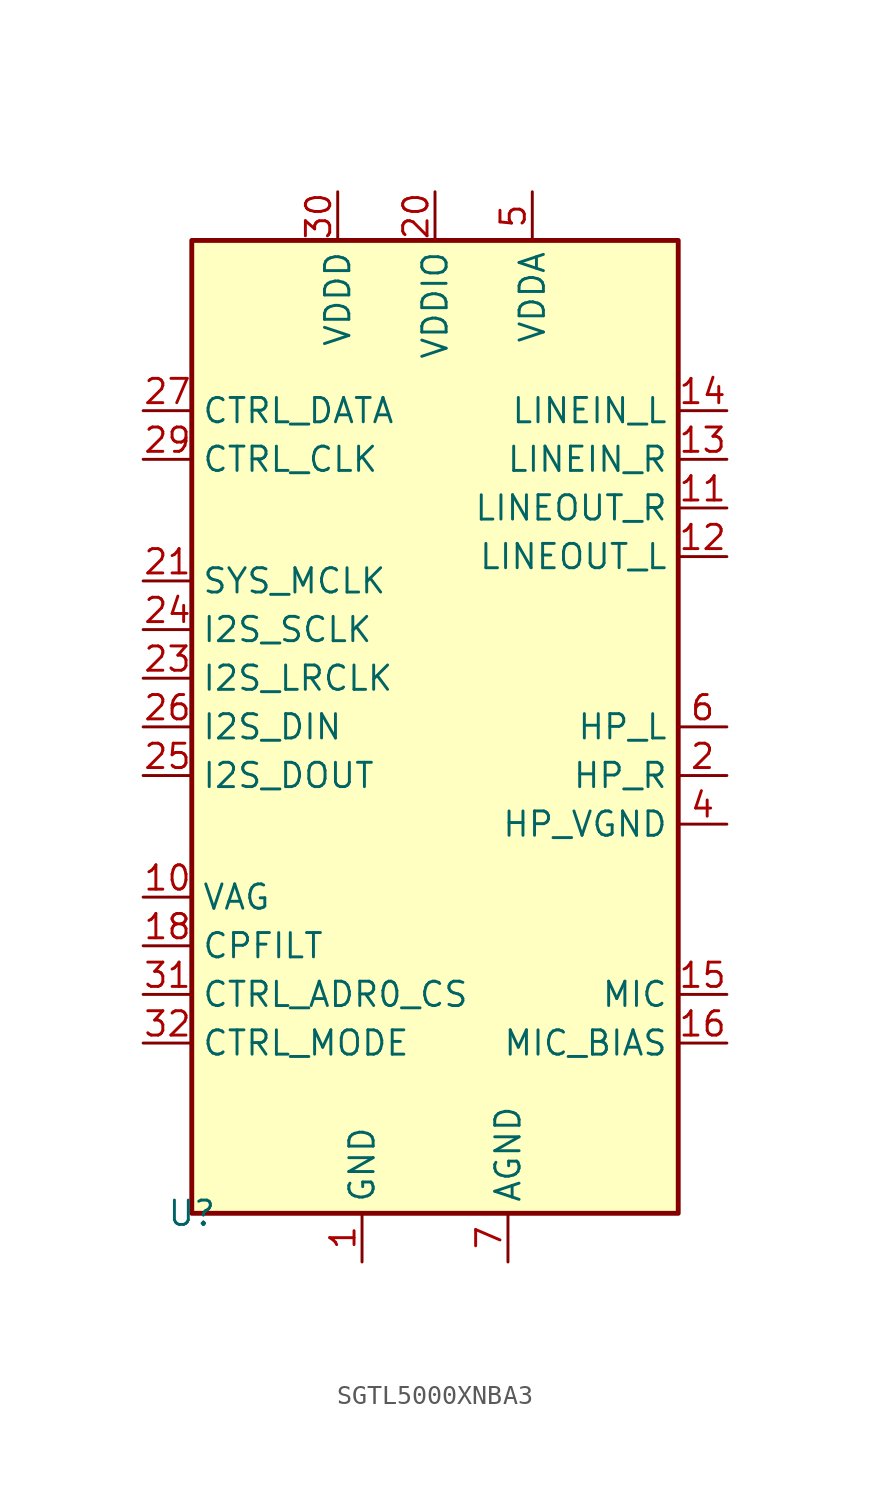
<source format=kicad_sym>
(kicad_symbol_lib
  (version 20231120)
  (generator "kicad_symbol_editor")
  (generator_version "8.0")
  (symbol "SGTL5000XNBA3"
    (property "Reference" "U"
      (at 0 0 0)
      (effects (font (size 1.27 1.27))))
    (property "Value" ""
      (at 0 0 0)
      (effects (font (size 1.27 1.27))))
    (symbol "SGTL5000XNBA3_0_1"
      (rectangle (start 0 50.8) (end 25.4 0) (stroke (width 0.254) (type default)) (fill (type background))))
    (symbol "SGTL5000XNBA3_1_1"
      (pin power_in line (at 8.89 -2.54 90) (length 2.54) (name "GND" (effects (font (size 1.27 1.27)))) (number "1" (effects (font (size 1.27 1.27)))))
      (pin passive line (at -2.54 16.51 0) (length 2.54) (name "VAG" (effects (font (size 1.27 1.27)))) (number "10" (effects (font (size 1.27 1.27)))))
      (pin output line (at 27.94 36.83 180) (length 2.54) (name "LINEOUT_R" (effects (font (size 1.27 1.27)))) (number "11" (effects (font (size 1.27 1.27)))))
      (pin output line (at 27.94 34.29 180) (length 2.54) (name "LINEOUT_L" (effects (font (size 1.27 1.27)))) (number "12" (effects (font (size 1.27 1.27)))))
      (pin input line (at 27.94 39.37 180) (length 2.54) (name "LINEIN_R" (effects (font (size 1.27 1.27)))) (number "13" (effects (font (size 1.27 1.27)))))
      (pin input line (at 27.94 41.91 180) (length 2.54) (name "LINEIN_L" (effects (font (size 1.27 1.27)))) (number "14" (effects (font (size 1.27 1.27)))))
      (pin input line (at 27.94 11.43 180) (length 2.54) (name "MIC" (effects (font (size 1.27 1.27)))) (number "15" (effects (font (size 1.27 1.27)))))
      (pin input line (at 27.94 8.89 180) (length 2.54) (name "MIC_BIAS" (effects (font (size 1.27 1.27)))) (number "16" (effects (font (size 1.27 1.27)))))
      (pin no_connect line (at 22.86 0 0) (length 2.54) hide (name "NC" (effects (font (size 1.27 1.27)))) (number "17" (effects (font (size 1.27 1.27)))))
      (pin input line (at -2.54 13.97 0) (length 2.54) (name "CPFILT" (effects (font (size 1.27 1.27)))) (number "18" (effects (font (size 1.27 1.27)))))
      (pin no_connect line (at 22.86 17.78 0) (length 2.54) hide (name "NC" (effects (font (size 1.27 1.27)))) (number "19" (effects (font (size 1.27 1.27)))))
      (pin output line (at 27.94 22.86 180) (length 2.54) (name "HP_R" (effects (font (size 1.27 1.27)))) (number "2" (effects (font (size 1.27 1.27)))))
      (pin power_in line (at 12.7 53.34 270) (length 2.54) (name "VDDIO" (effects (font (size 1.27 1.27)))) (number "20" (effects (font (size 1.27 1.27)))))
      (pin input line (at -2.54 33.02 0) (length 2.54) (name "SYS_MCLK" (effects (font (size 1.27 1.27)))) (number "21" (effects (font (size 1.27 1.27)))))
      (pin no_connect line (at 22.86 15.24 0) (length 2.54) hide (name "NC" (effects (font (size 1.27 1.27)))) (number "22" (effects (font (size 1.27 1.27)))))
      (pin input line (at -2.54 27.94 0) (length 2.54) (name "I2S_LRCLK" (effects (font (size 1.27 1.27)))) (number "23" (effects (font (size 1.27 1.27)))))
      (pin input line (at -2.54 30.48 0) (length 2.54) (name "I2S_SCLK" (effects (font (size 1.27 1.27)))) (number "24" (effects (font (size 1.27 1.27)))))
      (pin output line (at -2.54 22.86 0) (length 2.54) (name "I2S_DOUT" (effects (font (size 1.27 1.27)))) (number "25" (effects (font (size 1.27 1.27)))))
      (pin input line (at -2.54 25.4 0) (length 2.54) (name "I2S_DIN" (effects (font (size 1.27 1.27)))) (number "26" (effects (font (size 1.27 1.27)))))
      (pin input line (at -2.54 41.91 0) (length 2.54) (name "CTRL_DATA" (effects (font (size 1.27 1.27)))) (number "27" (effects (font (size 1.27 1.27)))))
      (pin no_connect line (at 22.86 12.7 0) (length 2.54) hide (name "NC" (effects (font (size 1.27 1.27)))) (number "28" (effects (font (size 1.27 1.27)))))
      (pin input line (at -2.54 39.37 0) (length 2.54) (name "CTRL_CLK" (effects (font (size 1.27 1.27)))) (number "29" (effects (font (size 1.27 1.27)))))
      (pin passive line (at 8.89 -2.54 90) (length 2.54) hide (name "GND" (effects (font (size 1.27 1.27)))) (number "3" (effects (font (size 1.27 1.27)))))
      (pin power_in line (at 7.62 53.34 270) (length 2.54) (name "VDDD" (effects (font (size 1.27 1.27)))) (number "30" (effects (font (size 1.27 1.27)))))
      (pin input line (at -2.54 11.43 0) (length 2.54) (name "CTRL_ADR0_CS" (effects (font (size 1.27 1.27)))) (number "31" (effects (font (size 1.27 1.27)))))
      (pin input line (at -2.54 8.89 0) (length 2.54) (name "CTRL_MODE" (effects (font (size 1.27 1.27)))) (number "32" (effects (font (size 1.27 1.27)))))
      (pin passive line (at 8.89 -2.54 90) (length 2.54) hide (name "GND" (effects (font (size 1.27 1.27)))) (number "33" (effects (font (size 1.27 1.27)))))
      (pin power_out line (at 27.94 20.32 180) (length 2.54) (name "HP_VGND" (effects (font (size 1.27 1.27)))) (number "4" (effects (font (size 1.27 1.27)))))
      (pin power_in line (at 17.78 53.34 270) (length 2.54) (name "VDDA" (effects (font (size 1.27 1.27)))) (number "5" (effects (font (size 1.27 1.27)))))
      (pin output line (at 27.94 25.4 180) (length 2.54) (name "HP_L" (effects (font (size 1.27 1.27)))) (number "6" (effects (font (size 1.27 1.27)))))
      (pin power_in line (at 16.51 -2.54 90) (length 2.54) (name "AGND" (effects (font (size 1.27 1.27)))) (number "7" (effects (font (size 1.27 1.27)))))
      (pin no_connect line (at 22.86 5.08 0) (length 2.54) hide (name "NC" (effects (font (size 1.27 1.27)))) (number "8" (effects (font (size 1.27 1.27)))))
      (pin no_connect line (at 22.86 2.54 0) (length 2.54) hide (name "NC" (effects (font (size 1.27 1.27)))) (number "9" (effects (font (size 1.27 1.27))))))))
</source>
